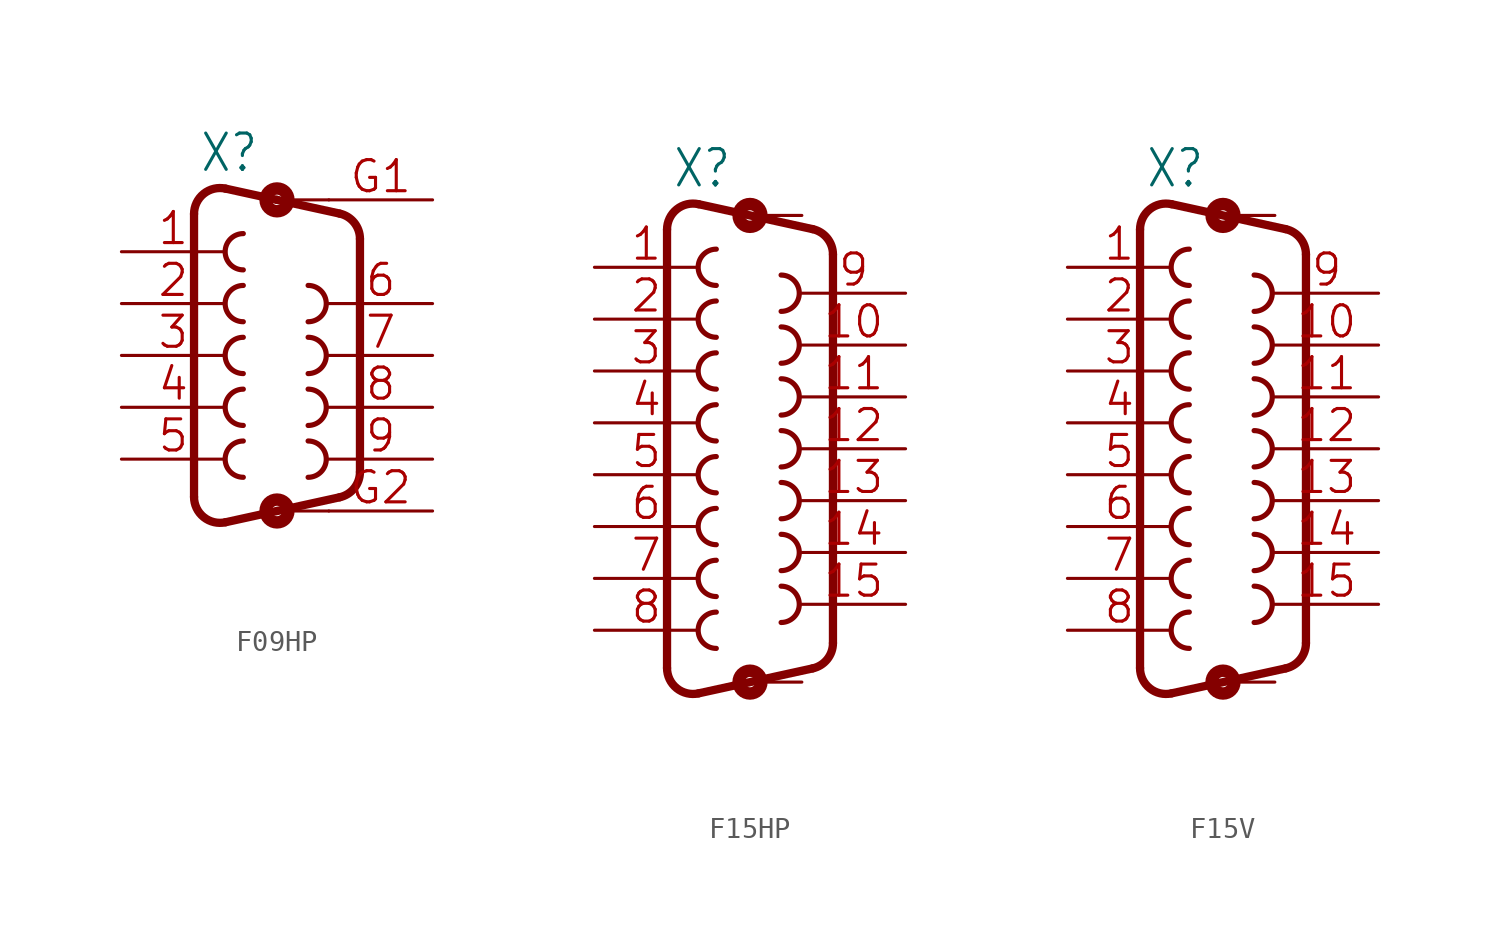
<source format=kicad_sym>
(kicad_symbol_lib
  (version 20241209)
  (generator "kicad_symbol_editor")
  (generator_version "9.0")
  (symbol "F09HP"
    (property "Reference" "X"
      (at -3.81 8.89 0)
      (effects (font (size 1.778 1.511)) (justify left bottom)))
    (property "Value" ""
      (at -3.81 -10.795 0)
      (effects (font (size 1.778 1.511)) (justify left bottom)))
    (property "ki_locked" ""
      (at 0 0 0)
      (effects (font (size 1.27 1.27))))
    (symbol "F09HP_1_0"
      (polyline (pts (xy -4.064 -6.931) (xy -4.064 6.931)) (stroke (width 0.406) (type solid)) (fill (type none)))
      (arc (start -2.5225 -8.172) (mid -3.5903 -7.9206) (end -4.064 -6.9312) (stroke (width 0.4064) (type solid)) (fill (type none)))
      (arc (start -4.064 6.9312) (mid -3.5902 7.9205) (end -2.5225 8.1719) (stroke (width 0.4064) (type solid)) (fill (type none)))
      (polyline (pts (xy -2.523 8.172) (xy 0 7.62)) (stroke (width 0.406) (type solid)) (fill (type none)))
      (polyline (pts (xy -2.523 -8.172) (xy 0 -7.62)) (stroke (width 0.406) (type solid)) (fill (type none)))
      (arc (start -1.651 4.191) (mid -2.54 5.08) (end -1.651 5.969) (stroke (width 0.254) (type solid)) (fill (type none)))
      (arc (start -1.651 1.651) (mid -2.54 2.54) (end -1.651 3.429) (stroke (width 0.254) (type solid)) (fill (type none)))
      (arc (start -1.651 -0.889) (mid -2.54 0) (end -1.651 0.889) (stroke (width 0.254) (type solid)) (fill (type none)))
      (arc (start -1.651 -3.429) (mid -2.54 -2.54) (end -1.651 -1.651) (stroke (width 0.254) (type solid)) (fill (type none)))
      (arc (start -1.651 -5.969) (mid -2.54 -5.08) (end -1.651 -4.191) (stroke (width 0.254) (type solid)) (fill (type none)))
      (circle (center 0 7.62) (radius 0.254) (stroke (width 0.61) (type solid)) (fill (type none)))
      (polyline (pts (xy 0 7.62) (xy 3.065 6.949)) (stroke (width 0.406) (type solid)) (fill (type none)))
      (polyline (pts (xy 0 -7.62) (xy 2.54 -7.62)) (stroke (width 0.152) (type solid)) (fill (type none)))
      (polyline (pts (xy 0 -7.62) (xy 3.065 -6.949)) (stroke (width 0.406) (type solid)) (fill (type none)))
      (circle (center 0 -7.62) (radius 0.254) (stroke (width 0.61) (type solid)) (fill (type none)))
      (arc (start 1.524 3.429) (mid 2.413 2.54) (end 1.524 1.651) (stroke (width 0.254) (type solid)) (fill (type none)))
      (arc (start 1.524 0.889) (mid 2.413 0) (end 1.524 -0.889) (stroke (width 0.254) (type solid)) (fill (type none)))
      (arc (start 1.524 -1.651) (mid 2.413 -2.54) (end 1.524 -3.429) (stroke (width 0.254) (type solid)) (fill (type none)))
      (arc (start 1.524 -4.191) (mid 2.413 -5.08) (end 1.524 -5.969) (stroke (width 0.254) (type solid)) (fill (type none)))
      (polyline (pts (xy 2.54 7.62) (xy 0 7.62)) (stroke (width 0.152) (type solid)) (fill (type none)))
      (arc (start 4.064 -5.7087) (mid 3.7833 -6.505) (end 3.0654 -6.9494) (stroke (width 0.4064) (type solid)) (fill (type none)))
      (arc (start 3.0654 6.9495) (mid 3.7834 6.5052) (end 4.0642 5.7088) (stroke (width 0.4064) (type solid)) (fill (type none)))
      (polyline (pts (xy 4.064 -5.709) (xy 4.064 5.709)) (stroke (width 0.406) (type solid)) (fill (type none)))
      (pin passive line (at -7.62 5.08 0) (length 5.08) (name "1" (effects (font (size 0 0)))) (number "1" (effects (font (size 1.524 1.524)))))
      (pin passive line (at -7.62 2.54 0) (length 5.08) (name "2" (effects (font (size 0 0)))) (number "2" (effects (font (size 1.524 1.524)))))
      (pin passive line (at -7.62 0 0) (length 5.08) (name "3" (effects (font (size 0 0)))) (number "3" (effects (font (size 1.524 1.524)))))
      (pin passive line (at -7.62 -2.54 0) (length 5.08) (name "4" (effects (font (size 0 0)))) (number "4" (effects (font (size 1.524 1.524)))))
      (pin passive line (at -7.62 -5.08 0) (length 5.08) (name "5" (effects (font (size 0 0)))) (number "5" (effects (font (size 1.524 1.524)))))
      (pin passive line (at 7.62 7.62 180) (length 5.08) (name "G1" (effects (font (size 0 0)))) (number "G1" (effects (font (size 1.524 1.524)))))
      (pin passive line (at 7.62 2.54 180) (length 5.08) (name "6" (effects (font (size 0 0)))) (number "6" (effects (font (size 1.524 1.524)))))
      (pin passive line (at 7.62 0 180) (length 5.08) (name "7" (effects (font (size 0 0)))) (number "7" (effects (font (size 1.524 1.524)))))
      (pin passive line (at 7.62 -2.54 180) (length 5.08) (name "8" (effects (font (size 0 0)))) (number "8" (effects (font (size 1.524 1.524)))))
      (pin passive line (at 7.62 -5.08 180) (length 5.08) (name "9" (effects (font (size 0 0)))) (number "9" (effects (font (size 1.524 1.524)))))
      (pin passive line (at 7.62 -7.62 180) (length 5.08) (name "G2" (effects (font (size 0 0)))) (number "G2" (effects (font (size 1.524 1.524)))))))
  (symbol "F15HP"
    (property "Reference" "X"
      (at -3.81 11.43 0)
      (effects (font (size 1.778 1.511)) (justify left bottom)))
    (property "Value" ""
      (at -4.445 -15.875 0)
      (effects (font (size 1.778 1.511)) (justify left bottom)))
    (property "ki_locked" ""
      (at 0 0 0)
      (effects (font (size 1.27 1.27))))
    (symbol "F15HP_1_0"
      (polyline (pts (xy -4.064 -12.011) (xy -4.064 9.471)) (stroke (width 0.406) (type solid)) (fill (type none)))
      (arc (start -2.5225 -13.252) (mid -3.5903 -13.0006) (end -4.064 -12.0112) (stroke (width 0.4064) (type solid)) (fill (type none)))
      (arc (start -4.064 9.4712) (mid -3.5902 10.4605) (end -2.5225 10.7119) (stroke (width 0.4064) (type solid)) (fill (type none)))
      (polyline (pts (xy -2.523 10.712) (xy 3.065 9.489)) (stroke (width 0.406) (type solid)) (fill (type none)))
      (polyline (pts (xy -2.523 -13.252) (xy 3.065 -12.029)) (stroke (width 0.406) (type solid)) (fill (type none)))
      (arc (start -1.651 6.731) (mid -2.54 7.62) (end -1.651 8.509) (stroke (width 0.254) (type solid)) (fill (type none)))
      (arc (start -1.651 4.191) (mid -2.54 5.08) (end -1.651 5.969) (stroke (width 0.254) (type solid)) (fill (type none)))
      (arc (start -1.651 1.651) (mid -2.54 2.54) (end -1.651 3.429) (stroke (width 0.254) (type solid)) (fill (type none)))
      (arc (start -1.651 -0.889) (mid -2.54 0) (end -1.651 0.889) (stroke (width 0.254) (type solid)) (fill (type none)))
      (arc (start -1.651 -3.429) (mid -2.54 -2.54) (end -1.651 -1.651) (stroke (width 0.254) (type solid)) (fill (type none)))
      (arc (start -1.651 -5.969) (mid -2.54 -5.08) (end -1.651 -4.191) (stroke (width 0.254) (type solid)) (fill (type none)))
      (arc (start -1.651 -8.509) (mid -2.54 -7.62) (end -1.651 -6.731) (stroke (width 0.254) (type solid)) (fill (type none)))
      (arc (start -1.651 -11.049) (mid -2.54 -10.16) (end -1.651 -9.271) (stroke (width 0.254) (type solid)) (fill (type none)))
      (circle (center 0 10.16) (radius 0.254) (stroke (width 0.61) (type solid)) (fill (type none)))
      (circle (center 0 -12.7) (radius 0.254) (stroke (width 0.61) (type solid)) (fill (type none)))
      (arc (start 1.524 7.239) (mid 2.413 6.35) (end 1.524 5.461) (stroke (width 0.254) (type solid)) (fill (type none)))
      (arc (start 1.524 4.699) (mid 2.413 3.81) (end 1.524 2.921) (stroke (width 0.254) (type solid)) (fill (type none)))
      (arc (start 1.524 2.159) (mid 2.413 1.27) (end 1.524 0.381) (stroke (width 0.254) (type solid)) (fill (type none)))
      (arc (start 1.524 -0.381) (mid 2.413 -1.27) (end 1.524 -2.159) (stroke (width 0.254) (type solid)) (fill (type none)))
      (arc (start 1.524 -2.921) (mid 2.413 -3.81) (end 1.524 -4.699) (stroke (width 0.254) (type solid)) (fill (type none)))
      (arc (start 1.524 -5.461) (mid 2.413 -6.35) (end 1.524 -7.239) (stroke (width 0.254) (type solid)) (fill (type none)))
      (arc (start 1.524 -8.001) (mid 2.413 -8.89) (end 1.524 -9.779) (stroke (width 0.254) (type solid)) (fill (type none)))
      (polyline (pts (xy 2.54 10.16) (xy 0 10.16)) (stroke (width 0.152) (type solid)) (fill (type none)))
      (polyline (pts (xy 2.54 -12.7) (xy 0 -12.7)) (stroke (width 0.152) (type solid)) (fill (type none)))
      (arc (start 4.064 -10.7887) (mid 3.7833 -11.585) (end 3.0654 -12.0294) (stroke (width 0.4064) (type solid)) (fill (type none)))
      (arc (start 3.0654 9.4895) (mid 3.7834 9.0452) (end 4.0642 8.2488) (stroke (width 0.4064) (type solid)) (fill (type none)))
      (polyline (pts (xy 4.064 -10.789) (xy 4.064 8.249)) (stroke (width 0.406) (type solid)) (fill (type none)))
      (pin passive line (at -7.62 7.62 0) (length 5.08) (name "1" (effects (font (size 0 0)))) (number "1" (effects (font (size 1.524 1.524)))))
      (pin passive line (at -7.62 5.08 0) (length 5.08) (name "2" (effects (font (size 0 0)))) (number "2" (effects (font (size 1.524 1.524)))))
      (pin passive line (at -7.62 2.54 0) (length 5.08) (name "3" (effects (font (size 0 0)))) (number "3" (effects (font (size 1.524 1.524)))))
      (pin passive line (at -7.62 0 0) (length 5.08) (name "4" (effects (font (size 0 0)))) (number "4" (effects (font (size 1.524 1.524)))))
      (pin passive line (at -7.62 -2.54 0) (length 5.08) (name "5" (effects (font (size 0 0)))) (number "5" (effects (font (size 1.524 1.524)))))
      (pin passive line (at -7.62 -5.08 0) (length 5.08) (name "6" (effects (font (size 0 0)))) (number "6" (effects (font (size 1.524 1.524)))))
      (pin passive line (at -7.62 -7.62 0) (length 5.08) (name "7" (effects (font (size 0 0)))) (number "7" (effects (font (size 1.524 1.524)))))
      (pin passive line (at -7.62 -10.16 0) (length 5.08) (name "8" (effects (font (size 0 0)))) (number "8" (effects (font (size 1.524 1.524)))))
      (pin passive line (at 7.62 6.35 180) (length 5.08) (name "9" (effects (font (size 0 0)))) (number "9" (effects (font (size 1.524 1.524)))))
      (pin passive line (at 7.62 3.81 180) (length 5.08) (name "10" (effects (font (size 0 0)))) (number "10" (effects (font (size 1.524 1.524)))))
      (pin passive line (at 7.62 1.27 180) (length 5.08) (name "11" (effects (font (size 0 0)))) (number "11" (effects (font (size 1.524 1.524)))))
      (pin passive line (at 7.62 -1.27 180) (length 5.08) (name "12" (effects (font (size 0 0)))) (number "12" (effects (font (size 1.524 1.524)))))
      (pin passive line (at 7.62 -3.81 180) (length 5.08) (name "13" (effects (font (size 0 0)))) (number "13" (effects (font (size 1.524 1.524)))))
      (pin passive line (at 7.62 -6.35 180) (length 5.08) (name "14" (effects (font (size 0 0)))) (number "14" (effects (font (size 1.524 1.524)))))
      (pin passive line (at 7.62 -8.89 180) (length 5.08) (name "15" (effects (font (size 0 0)))) (number "15" (effects (font (size 1.524 1.524)))))))
  (symbol "F15V"
    (property "Reference" "X"
      (at -3.81 11.43 0)
      (effects (font (size 1.778 1.511)) (justify left bottom)))
    (property "Value" ""
      (at -4.445 -15.875 0)
      (effects (font (size 1.778 1.511)) (justify left bottom)))
    (property "ki_locked" ""
      (at 0 0 0)
      (effects (font (size 1.27 1.27))))
    (symbol "F15V_1_0"
      (polyline (pts (xy -4.064 -12.011) (xy -4.064 9.471)) (stroke (width 0.406) (type solid)) (fill (type none)))
      (arc (start -2.5225 -13.252) (mid -3.5903 -13.0006) (end -4.064 -12.0112) (stroke (width 0.4064) (type solid)) (fill (type none)))
      (arc (start -4.064 9.4712) (mid -3.5902 10.4605) (end -2.5225 10.7119) (stroke (width 0.4064) (type solid)) (fill (type none)))
      (polyline (pts (xy -2.523 10.712) (xy 3.065 9.489)) (stroke (width 0.406) (type solid)) (fill (type none)))
      (polyline (pts (xy -2.523 -13.252) (xy 3.065 -12.029)) (stroke (width 0.406) (type solid)) (fill (type none)))
      (arc (start -1.651 6.731) (mid -2.54 7.62) (end -1.651 8.509) (stroke (width 0.254) (type solid)) (fill (type none)))
      (arc (start -1.651 4.191) (mid -2.54 5.08) (end -1.651 5.969) (stroke (width 0.254) (type solid)) (fill (type none)))
      (arc (start -1.651 1.651) (mid -2.54 2.54) (end -1.651 3.429) (stroke (width 0.254) (type solid)) (fill (type none)))
      (arc (start -1.651 -0.889) (mid -2.54 0) (end -1.651 0.889) (stroke (width 0.254) (type solid)) (fill (type none)))
      (arc (start -1.651 -3.429) (mid -2.54 -2.54) (end -1.651 -1.651) (stroke (width 0.254) (type solid)) (fill (type none)))
      (arc (start -1.651 -5.969) (mid -2.54 -5.08) (end -1.651 -4.191) (stroke (width 0.254) (type solid)) (fill (type none)))
      (arc (start -1.651 -8.509) (mid -2.54 -7.62) (end -1.651 -6.731) (stroke (width 0.254) (type solid)) (fill (type none)))
      (arc (start -1.651 -11.049) (mid -2.54 -10.16) (end -1.651 -9.271) (stroke (width 0.254) (type solid)) (fill (type none)))
      (circle (center 0 10.16) (radius 0.254) (stroke (width 0.61) (type solid)) (fill (type none)))
      (circle (center 0 -12.7) (radius 0.254) (stroke (width 0.61) (type solid)) (fill (type none)))
      (arc (start 1.524 7.239) (mid 2.413 6.35) (end 1.524 5.461) (stroke (width 0.254) (type solid)) (fill (type none)))
      (arc (start 1.524 4.699) (mid 2.413 3.81) (end 1.524 2.921) (stroke (width 0.254) (type solid)) (fill (type none)))
      (arc (start 1.524 2.159) (mid 2.413 1.27) (end 1.524 0.381) (stroke (width 0.254) (type solid)) (fill (type none)))
      (arc (start 1.524 -0.381) (mid 2.413 -1.27) (end 1.524 -2.159) (stroke (width 0.254) (type solid)) (fill (type none)))
      (arc (start 1.524 -2.921) (mid 2.413 -3.81) (end 1.524 -4.699) (stroke (width 0.254) (type solid)) (fill (type none)))
      (arc (start 1.524 -5.461) (mid 2.413 -6.35) (end 1.524 -7.239) (stroke (width 0.254) (type solid)) (fill (type none)))
      (arc (start 1.524 -8.001) (mid 2.413 -8.89) (end 1.524 -9.779) (stroke (width 0.254) (type solid)) (fill (type none)))
      (polyline (pts (xy 2.54 10.16) (xy 0 10.16)) (stroke (width 0.152) (type solid)) (fill (type none)))
      (polyline (pts (xy 2.54 -12.7) (xy 0 -12.7)) (stroke (width 0.152) (type solid)) (fill (type none)))
      (arc (start 4.064 -10.7887) (mid 3.7833 -11.585) (end 3.0654 -12.0294) (stroke (width 0.4064) (type solid)) (fill (type none)))
      (arc (start 3.0654 9.4895) (mid 3.7834 9.0452) (end 4.0642 8.2488) (stroke (width 0.4064) (type solid)) (fill (type none)))
      (polyline (pts (xy 4.064 -10.789) (xy 4.064 8.249)) (stroke (width 0.406) (type solid)) (fill (type none)))
      (pin passive line (at -7.62 7.62 0) (length 5.08) (name "1" (effects (font (size 0 0)))) (number "1" (effects (font (size 1.524 1.524)))))
      (pin passive line (at -7.62 5.08 0) (length 5.08) (name "2" (effects (font (size 0 0)))) (number "2" (effects (font (size 1.524 1.524)))))
      (pin passive line (at -7.62 2.54 0) (length 5.08) (name "3" (effects (font (size 0 0)))) (number "3" (effects (font (size 1.524 1.524)))))
      (pin passive line (at -7.62 0 0) (length 5.08) (name "4" (effects (font (size 0 0)))) (number "4" (effects (font (size 1.524 1.524)))))
      (pin passive line (at -7.62 -2.54 0) (length 5.08) (name "5" (effects (font (size 0 0)))) (number "5" (effects (font (size 1.524 1.524)))))
      (pin passive line (at -7.62 -5.08 0) (length 5.08) (name "6" (effects (font (size 0 0)))) (number "6" (effects (font (size 1.524 1.524)))))
      (pin passive line (at -7.62 -7.62 0) (length 5.08) (name "7" (effects (font (size 0 0)))) (number "7" (effects (font (size 1.524 1.524)))))
      (pin passive line (at -7.62 -10.16 0) (length 5.08) (name "8" (effects (font (size 0 0)))) (number "8" (effects (font (size 1.524 1.524)))))
      (pin passive line (at 7.62 6.35 180) (length 5.08) (name "9" (effects (font (size 0 0)))) (number "9" (effects (font (size 1.524 1.524)))))
      (pin passive line (at 7.62 3.81 180) (length 5.08) (name "10" (effects (font (size 0 0)))) (number "10" (effects (font (size 1.524 1.524)))))
      (pin passive line (at 7.62 1.27 180) (length 5.08) (name "11" (effects (font (size 0 0)))) (number "11" (effects (font (size 1.524 1.524)))))
      (pin passive line (at 7.62 -1.27 180) (length 5.08) (name "12" (effects (font (size 0 0)))) (number "12" (effects (font (size 1.524 1.524)))))
      (pin passive line (at 7.62 -3.81 180) (length 5.08) (name "13" (effects (font (size 0 0)))) (number "13" (effects (font (size 1.524 1.524)))))
      (pin passive line (at 7.62 -6.35 180) (length 5.08) (name "14" (effects (font (size 0 0)))) (number "14" (effects (font (size 1.524 1.524)))))
      (pin passive line (at 7.62 -8.89 180) (length 5.08) (name "15" (effects (font (size 0 0)))) (number "15" (effects (font (size 1.524 1.524))))))))
</source>
